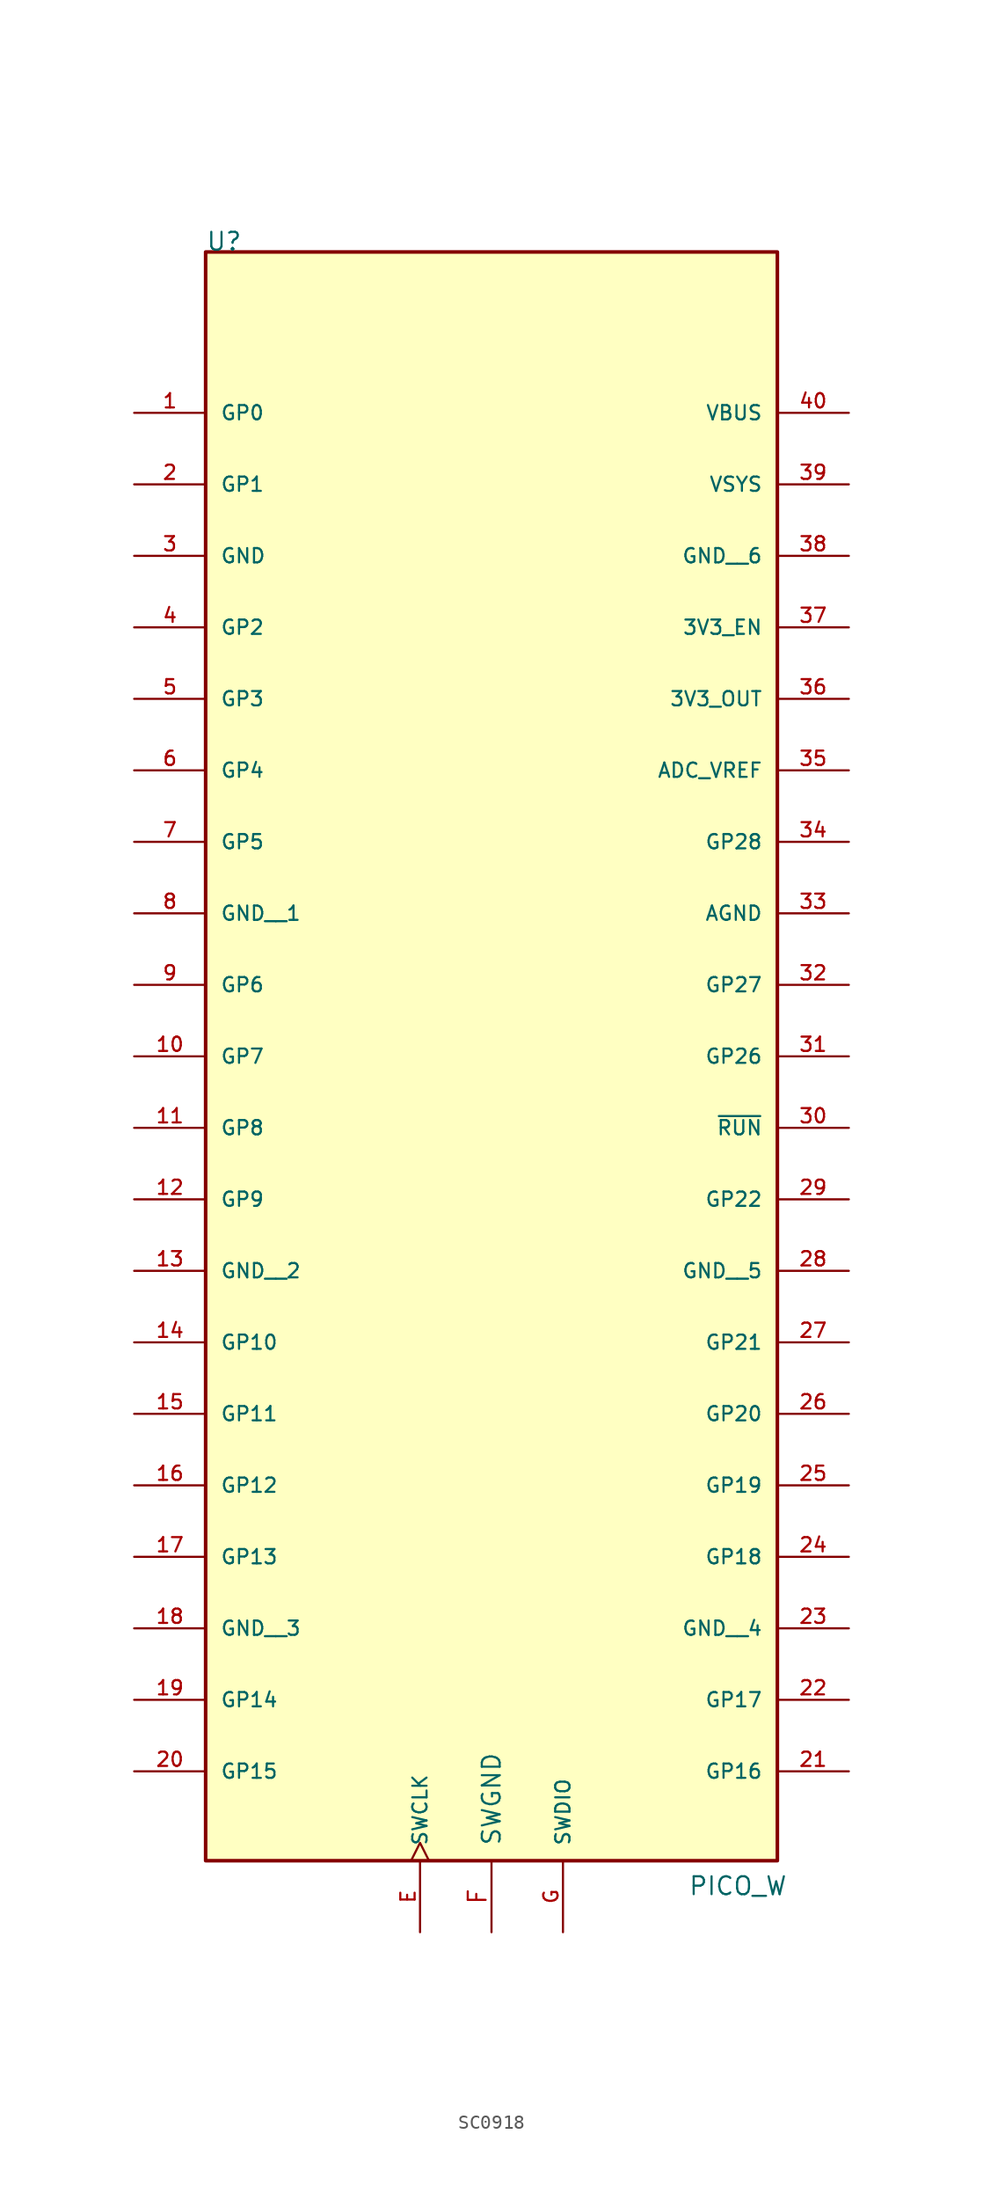
<source format=kicad_sym>
(kicad_symbol_lib
  (version 20220914)
  (generator kicad_symbol_editor)
  (symbol "SC0918"
    (pin_names
      (offset 1.016))
    (property "Reference" "U"
      (at -20.32 50.8 0)
      (effects (font (size 1.27 1.27)) (justify left bottom)))
    (property "Value" "PICO_W"
      (at 13.97 -66.04 0)
      (effects (font (size 1.27 1.27)) (justify left bottom)))
    (symbol "SC0918_0_0"
      (rectangle (start -20.32 50.8) (end 20.32 -63.5) (stroke (width 0.254) (type default)) (fill (type background)))
      (pin bidirectional line (at -25.4 39.37 0) (length 5.08) (name "GP0" (effects (font (size 1.016 1.016)))) (number "1" (effects (font (size 1.016 1.016)))))
      (pin bidirectional line (at -25.4 -6.35 0) (length 5.08) (name "GP7" (effects (font (size 1.016 1.016)))) (number "10" (effects (font (size 1.016 1.016)))))
      (pin bidirectional line (at -25.4 -11.43 0) (length 5.08) (name "GP8" (effects (font (size 1.016 1.016)))) (number "11" (effects (font (size 1.016 1.016)))))
      (pin bidirectional line (at -25.4 -16.51 0) (length 5.08) (name "GP9" (effects (font (size 1.016 1.016)))) (number "12" (effects (font (size 1.016 1.016)))))
      (pin power_in line (at -25.4 -21.59 0) (length 5.08) (name "GND__2" (effects (font (size 1.016 1.016)))) (number "13" (effects (font (size 1.016 1.016)))))
      (pin bidirectional line (at -25.4 -26.67 0) (length 5.08) (name "GP10" (effects (font (size 1.016 1.016)))) (number "14" (effects (font (size 1.016 1.016)))))
      (pin bidirectional line (at -25.4 -31.75 0) (length 5.08) (name "GP11" (effects (font (size 1.016 1.016)))) (number "15" (effects (font (size 1.016 1.016)))))
      (pin bidirectional line (at -25.4 -36.83 0) (length 5.08) (name "GP12" (effects (font (size 1.016 1.016)))) (number "16" (effects (font (size 1.016 1.016)))))
      (pin bidirectional line (at -25.4 -41.91 0) (length 5.08) (name "GP13" (effects (font (size 1.016 1.016)))) (number "17" (effects (font (size 1.016 1.016)))))
      (pin power_in line (at -25.4 -46.99 0) (length 5.08) (name "GND__3" (effects (font (size 1.016 1.016)))) (number "18" (effects (font (size 1.016 1.016)))))
      (pin bidirectional line (at -25.4 -52.07 0) (length 5.08) (name "GP14" (effects (font (size 1.016 1.016)))) (number "19" (effects (font (size 1.016 1.016)))))
      (pin bidirectional line (at -25.4 34.29 0) (length 5.08) (name "GP1" (effects (font (size 1.016 1.016)))) (number "2" (effects (font (size 1.016 1.016)))))
      (pin bidirectional line (at -25.4 -57.15 0) (length 5.08) (name "GP15" (effects (font (size 1.016 1.016)))) (number "20" (effects (font (size 1.016 1.016)))))
      (pin bidirectional line (at 25.4 -57.15 180) (length 5.08) (name "GP16" (effects (font (size 1.016 1.016)))) (number "21" (effects (font (size 1.016 1.016)))))
      (pin bidirectional line (at 25.4 -52.07 180) (length 5.08) (name "GP17" (effects (font (size 1.016 1.016)))) (number "22" (effects (font (size 1.016 1.016)))))
      (pin power_in line (at 25.4 -46.99 180) (length 5.08) (name "GND__4" (effects (font (size 1.016 1.016)))) (number "23" (effects (font (size 1.016 1.016)))))
      (pin bidirectional line (at 25.4 -41.91 180) (length 5.08) (name "GP18" (effects (font (size 1.016 1.016)))) (number "24" (effects (font (size 1.016 1.016)))))
      (pin bidirectional line (at 25.4 -36.83 180) (length 5.08) (name "GP19" (effects (font (size 1.016 1.016)))) (number "25" (effects (font (size 1.016 1.016)))))
      (pin bidirectional line (at 25.4 -31.75 180) (length 5.08) (name "GP20" (effects (font (size 1.016 1.016)))) (number "26" (effects (font (size 1.016 1.016)))))
      (pin bidirectional line (at 25.4 -26.67 180) (length 5.08) (name "GP21" (effects (font (size 1.016 1.016)))) (number "27" (effects (font (size 1.016 1.016)))))
      (pin power_in line (at 25.4 -21.59 180) (length 5.08) (name "GND__5" (effects (font (size 1.016 1.016)))) (number "28" (effects (font (size 1.016 1.016)))))
      (pin bidirectional line (at 25.4 -16.51 180) (length 5.08) (name "GP22" (effects (font (size 1.016 1.016)))) (number "29" (effects (font (size 1.016 1.016)))))
      (pin power_in line (at -25.4 29.21 0) (length 5.08) (name "GND" (effects (font (size 1.016 1.016)))) (number "3" (effects (font (size 1.016 1.016)))))
      (pin input line (at 25.4 -11.43 180) (length 5.08) (name "~{RUN}" (effects (font (size 1.016 1.016)))) (number "30" (effects (font (size 1.016 1.016)))))
      (pin bidirectional line (at 25.4 -6.35 180) (length 5.08) (name "GP26" (effects (font (size 1.016 1.016)))) (number "31" (effects (font (size 1.016 1.016)))))
      (pin bidirectional line (at 25.4 -1.27 180) (length 5.08) (name "GP27" (effects (font (size 1.016 1.016)))) (number "32" (effects (font (size 1.016 1.016)))))
      (pin power_in line (at 25.4 3.81 180) (length 5.08) (name "AGND" (effects (font (size 1.016 1.016)))) (number "33" (effects (font (size 1.016 1.016)))))
      (pin bidirectional line (at 25.4 8.89 180) (length 5.08) (name "GP28" (effects (font (size 1.016 1.016)))) (number "34" (effects (font (size 1.016 1.016)))))
      (pin power_in line (at 25.4 13.97 180) (length 5.08) (name "ADC_VREF" (effects (font (size 1.016 1.016)))) (number "35" (effects (font (size 1.016 1.016)))))
      (pin power_in line (at 25.4 19.05 180) (length 5.08) (name "3V3_OUT" (effects (font (size 1.016 1.016)))) (number "36" (effects (font (size 1.016 1.016)))))
      (pin input line (at 25.4 24.13 180) (length 5.08) (name "3V3_EN" (effects (font (size 1.016 1.016)))) (number "37" (effects (font (size 1.016 1.016)))))
      (pin power_in line (at 25.4 29.21 180) (length 5.08) (name "GND__6" (effects (font (size 1.016 1.016)))) (number "38" (effects (font (size 1.016 1.016)))))
      (pin power_in line (at 25.4 34.29 180) (length 5.08) (name "VSYS" (effects (font (size 1.016 1.016)))) (number "39" (effects (font (size 1.016 1.016)))))
      (pin bidirectional line (at -25.4 24.13 0) (length 5.08) (name "GP2" (effects (font (size 1.016 1.016)))) (number "4" (effects (font (size 1.016 1.016)))))
      (pin power_in line (at 25.4 39.37 180) (length 5.08) (name "VBUS" (effects (font (size 1.016 1.016)))) (number "40" (effects (font (size 1.016 1.016)))))
      (pin bidirectional line (at -25.4 19.05 0) (length 5.08) (name "GP3" (effects (font (size 1.016 1.016)))) (number "5" (effects (font (size 1.016 1.016)))))
      (pin bidirectional line (at -25.4 13.97 0) (length 5.08) (name "GP4" (effects (font (size 1.016 1.016)))) (number "6" (effects (font (size 1.016 1.016)))))
      (pin bidirectional line (at -25.4 8.89 0) (length 5.08) (name "GP5" (effects (font (size 1.016 1.016)))) (number "7" (effects (font (size 1.016 1.016)))))
      (pin power_in line (at -25.4 3.81 0) (length 5.08) (name "GND__1" (effects (font (size 1.016 1.016)))) (number "8" (effects (font (size 1.016 1.016)))))
      (pin bidirectional line (at -25.4 -1.27 0) (length 5.08) (name "GP6" (effects (font (size 1.016 1.016)))) (number "9" (effects (font (size 1.016 1.016)))))
      (pin input clock (at -5.08 -68.58 90) (length 5.08) (name "SWCLK" (effects (font (size 1.016 1.016)))) (number "E" (effects (font (size 1.016 1.016)))))
      (pin bidirectional line (at 5.08 -68.58 90) (length 5.08) (name "SWDIO" (effects (font (size 1.016 1.016)))) (number "G" (effects (font (size 1.016 1.016))))))
    (symbol "SC0918_1_1"
      (pin power_in line (at 0 -68.58 90) (length 5.08) (name "SWGND" (effects (font (size 1.27 1.27)))) (number "F" (effects (font (size 1.27 1.27))))))))
</source>
